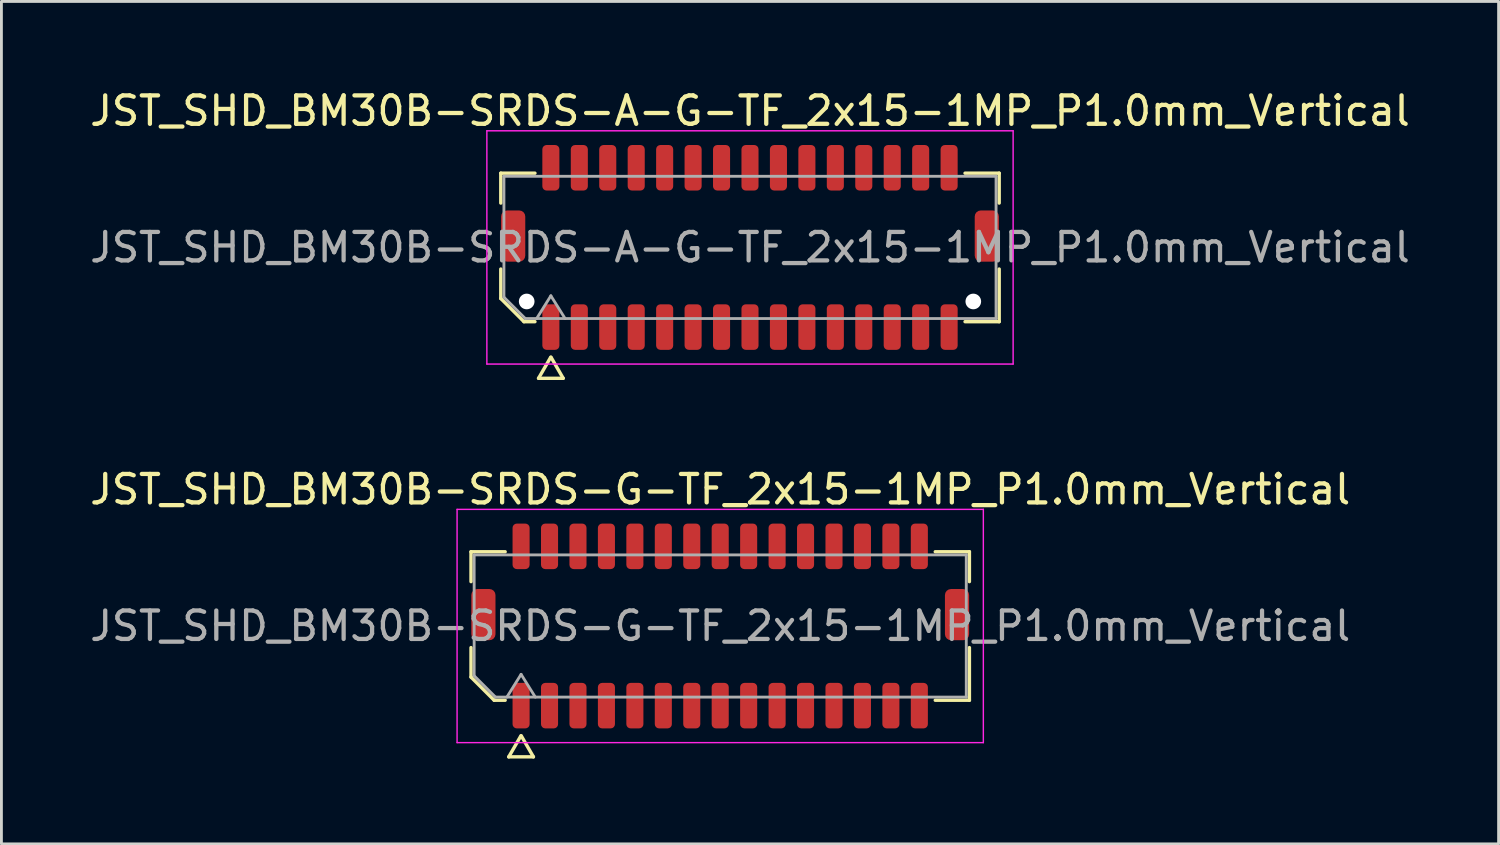
<source format=kicad_pcb>
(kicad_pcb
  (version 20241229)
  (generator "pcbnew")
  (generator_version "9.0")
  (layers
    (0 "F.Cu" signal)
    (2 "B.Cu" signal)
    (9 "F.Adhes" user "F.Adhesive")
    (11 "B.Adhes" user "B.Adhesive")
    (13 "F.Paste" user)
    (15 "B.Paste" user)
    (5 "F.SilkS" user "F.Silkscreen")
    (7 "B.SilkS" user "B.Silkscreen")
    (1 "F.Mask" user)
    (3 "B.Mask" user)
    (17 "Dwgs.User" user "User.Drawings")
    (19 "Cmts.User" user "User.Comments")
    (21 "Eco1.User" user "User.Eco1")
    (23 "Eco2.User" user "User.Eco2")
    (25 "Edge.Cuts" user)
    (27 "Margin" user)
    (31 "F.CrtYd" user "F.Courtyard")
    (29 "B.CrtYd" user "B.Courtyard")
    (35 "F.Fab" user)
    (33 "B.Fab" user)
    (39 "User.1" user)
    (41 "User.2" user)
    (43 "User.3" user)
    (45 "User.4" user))
  (footprint "JST_SHD_BM30B-SRDS-A-G-TF_2x15-1MP_P1.0mm_Vertical"
    (layer "F.Cu")
    (at 23.315 5.648)
    (property "Reference" "JST_SHD_BM30B-SRDS-A-G-TF_2x15-1MP_P1.0mm_Vertical" (at 0 -4.8 0) (layer "F.SilkS") (effects (font (size 1 1) (thickness 0.15))))
    (attr smd)
    (fp_line (start -8.76 -2.61) (end -7.56 -2.61) (stroke (width 0.12) (type solid)) (layer "F.SilkS"))
    (fp_line (start -8.76 -1.56) (end -8.76 -2.61) (stroke (width 0.12) (type solid)) (layer "F.SilkS"))
    (fp_line (start -8.76 1.796) (end -8.76 0.76) (stroke (width 0.12) (type solid)) (layer "F.SilkS"))
    (fp_line (start -7.946 2.61) (end -8.76 1.796) (stroke (width 0.12) (type solid)) (layer "F.SilkS"))
    (fp_line (start -7.56 2.61) (end -7.946 2.61) (stroke (width 0.12) (type solid)) (layer "F.SilkS"))
    (fp_line (start -7.433 4.6) (end -7.006 3.86) (stroke (width 0.12) (type solid)) (layer "F.SilkS"))
    (fp_line (start -6.994 3.86) (end -6.567 4.6) (stroke (width 0.12) (type solid)) (layer "F.SilkS"))
    (fp_line (start -6.567 4.6) (end -7.433 4.6) (stroke (width 0.12) (type solid)) (layer "F.SilkS"))
    (fp_line (start 7.56 -2.61) (end 8.76 -2.61) (stroke (width 0.12) (type solid)) (layer "F.SilkS"))
    (fp_line (start 8.76 -2.61) (end 8.76 -1.56) (stroke (width 0.12) (type solid)) (layer "F.SilkS"))
    (fp_line (start 8.76 0.76) (end 8.76 2.61) (stroke (width 0.12) (type solid)) (layer "F.SilkS"))
    (fp_line (start 8.76 2.61) (end 7.56 2.61) (stroke (width 0.12) (type solid)) (layer "F.SilkS"))
    (fp_line (start -9.25 -4.1) (end -9.25 4.1) (stroke (width 0.05) (type solid)) (layer "F.CrtYd"))
    (fp_line (start -9.25 4.1) (end 9.25 4.1) (stroke (width 0.05) (type solid)) (layer "F.CrtYd"))
    (fp_line (start 9.25 -4.1) (end -9.25 -4.1) (stroke (width 0.05) (type solid)) (layer "F.CrtYd"))
    (fp_line (start 9.25 4.1) (end 9.25 -4.1) (stroke (width 0.05) (type solid)) (layer "F.CrtYd"))
    (fp_line (start -8.65 -2.5) (end 8.65 -2.5) (stroke (width 0.1) (type solid)) (layer "F.Fab"))
    (fp_line (start -8.65 1.75) (end -8.65 -2.5) (stroke (width 0.1) (type solid)) (layer "F.Fab"))
    (fp_line (start -7.9 2.5) (end -8.65 1.75) (stroke (width 0.1) (type solid)) (layer "F.Fab"))
    (fp_line (start -7.5 2.5) (end -7 1.7) (stroke (width 0.1) (type solid)) (layer "F.Fab"))
    (fp_line (start -7 1.7) (end -6.5 2.5) (stroke (width 0.1) (type solid)) (layer "F.Fab"))
    (fp_line (start 8.65 -2.5) (end 8.65 2.5) (stroke (width 0.1) (type solid)) (layer "F.Fab"))
    (fp_line (start 8.65 2.5) (end -7.9 2.5) (stroke (width 0.1) (type solid)) (layer "F.Fab"))
    (fp_text user "${REFERENCE}" (at 0 0 0) (layer "F.Fab") (effects (font (size 1 1) (thickness 0.15))))
    (pad "" np_thru_hole circle (at -7.85 1.9) (size 0.55 0.55) (drill 0.55) (layers "*.Cu" "*.Mask"))
    (pad "" np_thru_hole circle (at 7.85 1.9) (size 0.55 0.55) (drill 0.55) (layers "*.Cu" "*.Mask"))
    (pad "1" smd roundrect (at -7 2.8) (size 0.6 1.6) (layers "F.Cu" "F.Mask" "F.Paste") (roundrect_rratio 0.25))
    (pad "2" smd roundrect (at -7 -2.8) (size 0.6 1.6) (layers "F.Cu" "F.Mask" "F.Paste") (roundrect_rratio 0.25))
    (pad "3" smd roundrect (at -6 2.8) (size 0.6 1.6) (layers "F.Cu" "F.Mask" "F.Paste") (roundrect_rratio 0.25))
    (pad "4" smd roundrect (at -6 -2.8) (size 0.6 1.6) (layers "F.Cu" "F.Mask" "F.Paste") (roundrect_rratio 0.25))
    (pad "5" smd roundrect (at -5 2.8) (size 0.6 1.6) (layers "F.Cu" "F.Mask" "F.Paste") (roundrect_rratio 0.25))
    (pad "6" smd roundrect (at -5 -2.8) (size 0.6 1.6) (layers "F.Cu" "F.Mask" "F.Paste") (roundrect_rratio 0.25))
    (pad "7" smd roundrect (at -4 2.8) (size 0.6 1.6) (layers "F.Cu" "F.Mask" "F.Paste") (roundrect_rratio 0.25))
    (pad "8" smd roundrect (at -4 -2.8) (size 0.6 1.6) (layers "F.Cu" "F.Mask" "F.Paste") (roundrect_rratio 0.25))
    (pad "9" smd roundrect (at -3 2.8) (size 0.6 1.6) (layers "F.Cu" "F.Mask" "F.Paste") (roundrect_rratio 0.25))
    (pad "10" smd roundrect (at -3 -2.8) (size 0.6 1.6) (layers "F.Cu" "F.Mask" "F.Paste") (roundrect_rratio 0.25))
    (pad "11" smd roundrect (at -2 2.8) (size 0.6 1.6) (layers "F.Cu" "F.Mask" "F.Paste") (roundrect_rratio 0.25))
    (pad "12" smd roundrect (at -2 -2.8) (size 0.6 1.6) (layers "F.Cu" "F.Mask" "F.Paste") (roundrect_rratio 0.25))
    (pad "13" smd roundrect (at -1 2.8) (size 0.6 1.6) (layers "F.Cu" "F.Mask" "F.Paste") (roundrect_rratio 0.25))
    (pad "14" smd roundrect (at -1 -2.8) (size 0.6 1.6) (layers "F.Cu" "F.Mask" "F.Paste") (roundrect_rratio 0.25))
    (pad "15" smd roundrect (at 0 2.8) (size 0.6 1.6) (layers "F.Cu" "F.Mask" "F.Paste") (roundrect_rratio 0.25))
    (pad "16" smd roundrect (at 0 -2.8) (size 0.6 1.6) (layers "F.Cu" "F.Mask" "F.Paste") (roundrect_rratio 0.25))
    (pad "17" smd roundrect (at 1 2.8) (size 0.6 1.6) (layers "F.Cu" "F.Mask" "F.Paste") (roundrect_rratio 0.25))
    (pad "18" smd roundrect (at 1 -2.8) (size 0.6 1.6) (layers "F.Cu" "F.Mask" "F.Paste") (roundrect_rratio 0.25))
    (pad "19" smd roundrect (at 2 2.8) (size 0.6 1.6) (layers "F.Cu" "F.Mask" "F.Paste") (roundrect_rratio 0.25))
    (pad "20" smd roundrect (at 2 -2.8) (size 0.6 1.6) (layers "F.Cu" "F.Mask" "F.Paste") (roundrect_rratio 0.25))
    (pad "21" smd roundrect (at 3 2.8) (size 0.6 1.6) (layers "F.Cu" "F.Mask" "F.Paste") (roundrect_rratio 0.25))
    (pad "22" smd roundrect (at 3 -2.8) (size 0.6 1.6) (layers "F.Cu" "F.Mask" "F.Paste") (roundrect_rratio 0.25))
    (pad "23" smd roundrect (at 4 2.8) (size 0.6 1.6) (layers "F.Cu" "F.Mask" "F.Paste") (roundrect_rratio 0.25))
    (pad "24" smd roundrect (at 4 -2.8) (size 0.6 1.6) (layers "F.Cu" "F.Mask" "F.Paste") (roundrect_rratio 0.25))
    (pad "25" smd roundrect (at 5 2.8) (size 0.6 1.6) (layers "F.Cu" "F.Mask" "F.Paste") (roundrect_rratio 0.25))
    (pad "26" smd roundrect (at 5 -2.8) (size 0.6 1.6) (layers "F.Cu" "F.Mask" "F.Paste") (roundrect_rratio 0.25))
    (pad "27" smd roundrect (at 6 2.8) (size 0.6 1.6) (layers "F.Cu" "F.Mask" "F.Paste") (roundrect_rratio 0.25))
    (pad "28" smd roundrect (at 6 -2.8) (size 0.6 1.6) (layers "F.Cu" "F.Mask" "F.Paste") (roundrect_rratio 0.25))
    (pad "29" smd roundrect (at 7 2.8) (size 0.6 1.6) (layers "F.Cu" "F.Mask" "F.Paste") (roundrect_rratio 0.25))
    (pad "30" smd roundrect (at 7 -2.8) (size 0.6 1.6) (layers "F.Cu" "F.Mask" "F.Paste") (roundrect_rratio 0.25))
    (pad "MP" smd roundrect (at -8.325 -0.4) (size 0.85 1.8) (layers "F.Cu" "F.Mask" "F.Paste") (roundrect_rratio 0.25))
    (pad "MP" smd roundrect (at 8.325 -0.4) (size 0.85 1.8) (layers "F.Cu" "F.Mask" "F.Paste") (roundrect_rratio 0.25)))
  (footprint "JST_SHD_BM30B-SRDS-G-TF_2x15-1MP_P1.0mm_Vertical"
    (layer "F.Cu")
    (at 22.268 18.956)
    (property "Reference" "JST_SHD_BM30B-SRDS-G-TF_2x15-1MP_P1.0mm_Vertical" (at 0 -4.8 0) (layer "F.SilkS") (effects (font (size 1 1) (thickness 0.15))))
    (attr smd)
    (fp_line (start -8.76 -2.61) (end -7.56 -2.61) (stroke (width 0.12) (type solid)) (layer "F.SilkS"))
    (fp_line (start -8.76 -1.56) (end -8.76 -2.61) (stroke (width 0.12) (type solid)) (layer "F.SilkS"))
    (fp_line (start -8.76 1.796) (end -8.76 0.76) (stroke (width 0.12) (type solid)) (layer "F.SilkS"))
    (fp_line (start -7.946 2.61) (end -8.76 1.796) (stroke (width 0.12) (type solid)) (layer "F.SilkS"))
    (fp_line (start -7.56 2.61) (end -7.946 2.61) (stroke (width 0.12) (type solid)) (layer "F.SilkS"))
    (fp_line (start -7.433 4.6) (end -7.006 3.86) (stroke (width 0.12) (type solid)) (layer "F.SilkS"))
    (fp_line (start -6.994 3.86) (end -6.567 4.6) (stroke (width 0.12) (type solid)) (layer "F.SilkS"))
    (fp_line (start -6.567 4.6) (end -7.433 4.6) (stroke (width 0.12) (type solid)) (layer "F.SilkS"))
    (fp_line (start 7.56 -2.61) (end 8.76 -2.61) (stroke (width 0.12) (type solid)) (layer "F.SilkS"))
    (fp_line (start 8.76 -2.61) (end 8.76 -1.56) (stroke (width 0.12) (type solid)) (layer "F.SilkS"))
    (fp_line (start 8.76 0.76) (end 8.76 2.61) (stroke (width 0.12) (type solid)) (layer "F.SilkS"))
    (fp_line (start 8.76 2.61) (end 7.56 2.61) (stroke (width 0.12) (type solid)) (layer "F.SilkS"))
    (fp_line (start -9.25 -4.1) (end -9.25 4.1) (stroke (width 0.05) (type solid)) (layer "F.CrtYd"))
    (fp_line (start -9.25 4.1) (end 9.25 4.1) (stroke (width 0.05) (type solid)) (layer "F.CrtYd"))
    (fp_line (start 9.25 -4.1) (end -9.25 -4.1) (stroke (width 0.05) (type solid)) (layer "F.CrtYd"))
    (fp_line (start 9.25 4.1) (end 9.25 -4.1) (stroke (width 0.05) (type solid)) (layer "F.CrtYd"))
    (fp_line (start -8.65 -2.5) (end 8.65 -2.5) (stroke (width 0.1) (type solid)) (layer "F.Fab"))
    (fp_line (start -8.65 1.75) (end -8.65 -2.5) (stroke (width 0.1) (type solid)) (layer "F.Fab"))
    (fp_line (start -7.9 2.5) (end -8.65 1.75) (stroke (width 0.1) (type solid)) (layer "F.Fab"))
    (fp_line (start -7.5 2.5) (end -7 1.7) (stroke (width 0.1) (type solid)) (layer "F.Fab"))
    (fp_line (start -7 1.7) (end -6.5 2.5) (stroke (width 0.1) (type solid)) (layer "F.Fab"))
    (fp_line (start 8.65 -2.5) (end 8.65 2.5) (stroke (width 0.1) (type solid)) (layer "F.Fab"))
    (fp_line (start 8.65 2.5) (end -7.9 2.5) (stroke (width 0.1) (type solid)) (layer "F.Fab"))
    (fp_text user "${REFERENCE}" (at 0 0 0) (layer "F.Fab") (effects (font (size 1 1) (thickness 0.15))))
    (pad "1" smd roundrect (at -7 2.8) (size 0.6 1.6) (layers "F.Cu" "F.Mask" "F.Paste") (roundrect_rratio 0.25))
    (pad "2" smd roundrect (at -7 -2.8) (size 0.6 1.6) (layers "F.Cu" "F.Mask" "F.Paste") (roundrect_rratio 0.25))
    (pad "3" smd roundrect (at -6 2.8) (size 0.6 1.6) (layers "F.Cu" "F.Mask" "F.Paste") (roundrect_rratio 0.25))
    (pad "4" smd roundrect (at -6 -2.8) (size 0.6 1.6) (layers "F.Cu" "F.Mask" "F.Paste") (roundrect_rratio 0.25))
    (pad "5" smd roundrect (at -5 2.8) (size 0.6 1.6) (layers "F.Cu" "F.Mask" "F.Paste") (roundrect_rratio 0.25))
    (pad "6" smd roundrect (at -5 -2.8) (size 0.6 1.6) (layers "F.Cu" "F.Mask" "F.Paste") (roundrect_rratio 0.25))
    (pad "7" smd roundrect (at -4 2.8) (size 0.6 1.6) (layers "F.Cu" "F.Mask" "F.Paste") (roundrect_rratio 0.25))
    (pad "8" smd roundrect (at -4 -2.8) (size 0.6 1.6) (layers "F.Cu" "F.Mask" "F.Paste") (roundrect_rratio 0.25))
    (pad "9" smd roundrect (at -3 2.8) (size 0.6 1.6) (layers "F.Cu" "F.Mask" "F.Paste") (roundrect_rratio 0.25))
    (pad "10" smd roundrect (at -3 -2.8) (size 0.6 1.6) (layers "F.Cu" "F.Mask" "F.Paste") (roundrect_rratio 0.25))
    (pad "11" smd roundrect (at -2 2.8) (size 0.6 1.6) (layers "F.Cu" "F.Mask" "F.Paste") (roundrect_rratio 0.25))
    (pad "12" smd roundrect (at -2 -2.8) (size 0.6 1.6) (layers "F.Cu" "F.Mask" "F.Paste") (roundrect_rratio 0.25))
    (pad "13" smd roundrect (at -1 2.8) (size 0.6 1.6) (layers "F.Cu" "F.Mask" "F.Paste") (roundrect_rratio 0.25))
    (pad "14" smd roundrect (at -1 -2.8) (size 0.6 1.6) (layers "F.Cu" "F.Mask" "F.Paste") (roundrect_rratio 0.25))
    (pad "15" smd roundrect (at 0 2.8) (size 0.6 1.6) (layers "F.Cu" "F.Mask" "F.Paste") (roundrect_rratio 0.25))
    (pad "16" smd roundrect (at 0 -2.8) (size 0.6 1.6) (layers "F.Cu" "F.Mask" "F.Paste") (roundrect_rratio 0.25))
    (pad "17" smd roundrect (at 1 2.8) (size 0.6 1.6) (layers "F.Cu" "F.Mask" "F.Paste") (roundrect_rratio 0.25))
    (pad "18" smd roundrect (at 1 -2.8) (size 0.6 1.6) (layers "F.Cu" "F.Mask" "F.Paste") (roundrect_rratio 0.25))
    (pad "19" smd roundrect (at 2 2.8) (size 0.6 1.6) (layers "F.Cu" "F.Mask" "F.Paste") (roundrect_rratio 0.25))
    (pad "20" smd roundrect (at 2 -2.8) (size 0.6 1.6) (layers "F.Cu" "F.Mask" "F.Paste") (roundrect_rratio 0.25))
    (pad "21" smd roundrect (at 3 2.8) (size 0.6 1.6) (layers "F.Cu" "F.Mask" "F.Paste") (roundrect_rratio 0.25))
    (pad "22" smd roundrect (at 3 -2.8) (size 0.6 1.6) (layers "F.Cu" "F.Mask" "F.Paste") (roundrect_rratio 0.25))
    (pad "23" smd roundrect (at 4 2.8) (size 0.6 1.6) (layers "F.Cu" "F.Mask" "F.Paste") (roundrect_rratio 0.25))
    (pad "24" smd roundrect (at 4 -2.8) (size 0.6 1.6) (layers "F.Cu" "F.Mask" "F.Paste") (roundrect_rratio 0.25))
    (pad "25" smd roundrect (at 5 2.8) (size 0.6 1.6) (layers "F.Cu" "F.Mask" "F.Paste") (roundrect_rratio 0.25))
    (pad "26" smd roundrect (at 5 -2.8) (size 0.6 1.6) (layers "F.Cu" "F.Mask" "F.Paste") (roundrect_rratio 0.25))
    (pad "27" smd roundrect (at 6 2.8) (size 0.6 1.6) (layers "F.Cu" "F.Mask" "F.Paste") (roundrect_rratio 0.25))
    (pad "28" smd roundrect (at 6 -2.8) (size 0.6 1.6) (layers "F.Cu" "F.Mask" "F.Paste") (roundrect_rratio 0.25))
    (pad "29" smd roundrect (at 7 2.8) (size 0.6 1.6) (layers "F.Cu" "F.Mask" "F.Paste") (roundrect_rratio 0.25))
    (pad "30" smd roundrect (at 7 -2.8) (size 0.6 1.6) (layers "F.Cu" "F.Mask" "F.Paste") (roundrect_rratio 0.25))
    (pad "MP" smd roundrect (at -8.325 -0.4) (size 0.85 1.8) (layers "F.Cu" "F.Mask" "F.Paste") (roundrect_rratio 0.25))
    (pad "MP" smd roundrect (at 8.325 -0.4) (size 0.85 1.8) (layers "F.Cu" "F.Mask" "F.Paste") (roundrect_rratio 0.25)))
  (gr_rect
    (start -3 -3)
    (end 49.631 26.616)
    (stroke (width 0.1) (type default))
    (fill no)
    (layer "Edge.Cuts")))
</source>
